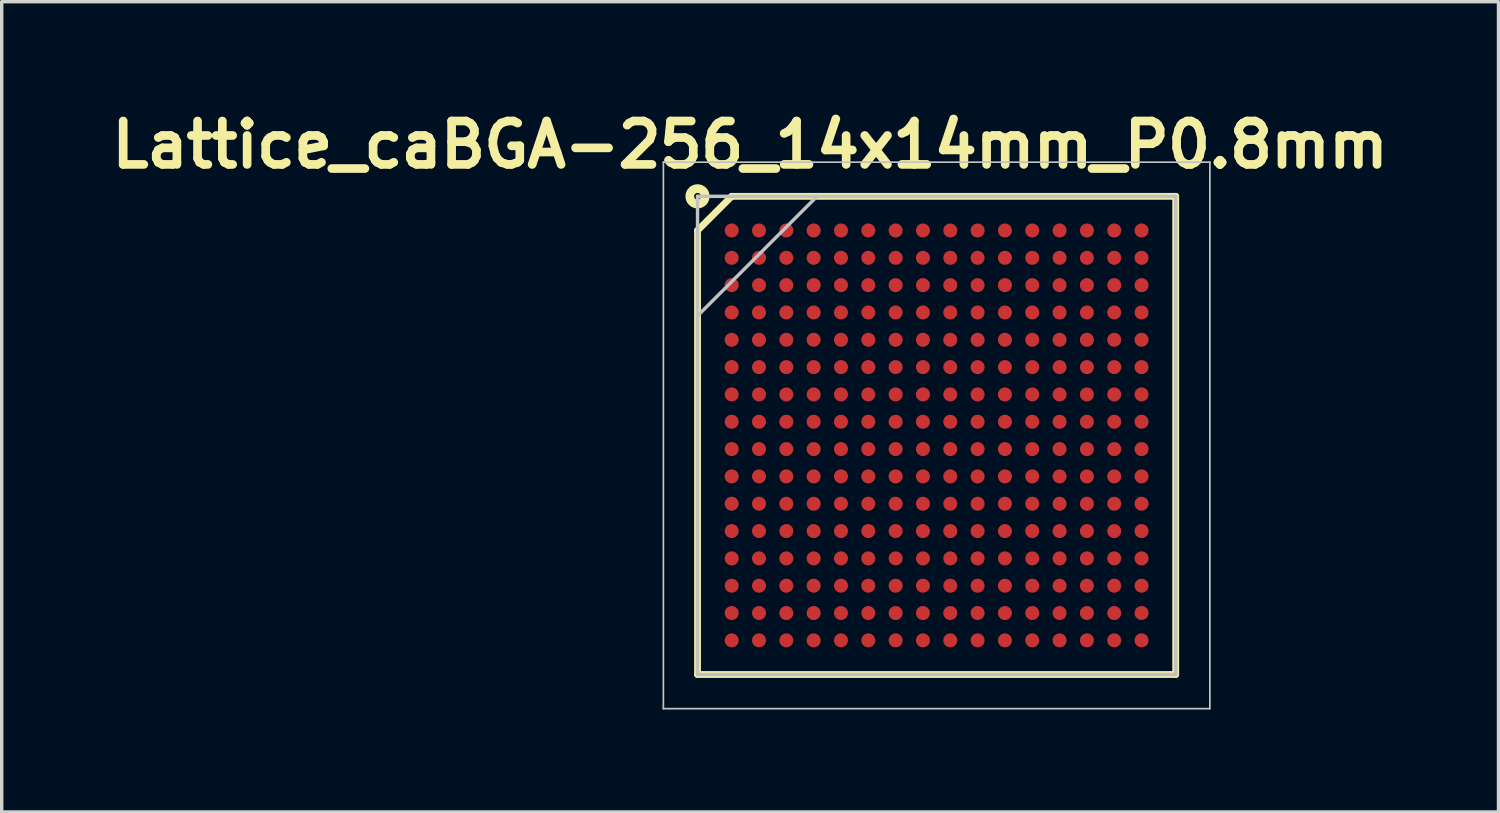
<source format=kicad_pcb>
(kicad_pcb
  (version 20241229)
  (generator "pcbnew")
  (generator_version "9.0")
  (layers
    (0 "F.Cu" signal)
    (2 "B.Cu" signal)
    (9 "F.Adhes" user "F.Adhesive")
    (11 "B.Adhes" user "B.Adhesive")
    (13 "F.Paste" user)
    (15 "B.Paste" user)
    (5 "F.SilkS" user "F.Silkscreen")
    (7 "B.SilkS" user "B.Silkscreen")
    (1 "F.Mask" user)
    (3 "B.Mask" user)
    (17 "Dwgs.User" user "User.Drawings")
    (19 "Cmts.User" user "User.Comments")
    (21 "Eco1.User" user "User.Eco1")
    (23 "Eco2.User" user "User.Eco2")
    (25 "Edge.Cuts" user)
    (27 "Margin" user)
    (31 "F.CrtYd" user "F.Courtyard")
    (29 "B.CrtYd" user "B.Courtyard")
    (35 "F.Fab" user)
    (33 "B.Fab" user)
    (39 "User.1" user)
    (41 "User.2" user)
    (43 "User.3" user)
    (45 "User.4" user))
  (footprint "Lattice_caBGA-256_14x14mm_P0.8mm"
    (layer "F.Cu")
    (at 24.372 9.698)
    (property "Reference" "Lattice_caBGA-256_14x14mm_P0.8mm" (at -5.461 -8.509 0) (layer "F.SilkS") (effects (font (size 1.27 1.27) (thickness 0.254))))
    (attr smd)
    (fp_line (start -7 -6) (end -6 -7) (stroke (width 0.2) (type solid)) (layer "F.SilkS"))
    (fp_line (start -7 7) (end -7 -6) (stroke (width 0.2) (type solid)) (layer "F.SilkS"))
    (fp_line (start -6 -7) (end 7 -7) (stroke (width 0.2) (type solid)) (layer "F.SilkS"))
    (fp_line (start 7 -7) (end 7 7) (stroke (width 0.2) (type solid)) (layer "F.SilkS"))
    (fp_line (start 7 7) (end -7 7) (stroke (width 0.2) (type solid)) (layer "F.SilkS"))
    (fp_circle (center -7 -7) (end -6.9 -7) (stroke (width 0.254) (type solid)) (fill no) (layer "F.SilkS"))
    (fp_line (start -8 -8) (end 8 -8) (stroke (width 0.05) (type solid)) (layer "Dwgs.User"))
    (fp_line (start -8 8) (end -8 -8) (stroke (width 0.05) (type solid)) (layer "Dwgs.User"))
    (fp_line (start -7 -7) (end 7 -7) (stroke (width 0.1) (type solid)) (layer "Dwgs.User"))
    (fp_line (start -7 -3.5) (end -3.5 -7) (stroke (width 0.1) (type solid)) (layer "Dwgs.User"))
    (fp_line (start -7 7) (end -7 -7) (stroke (width 0.1) (type solid)) (layer "Dwgs.User"))
    (fp_line (start 7 -7) (end 7 7) (stroke (width 0.1) (type solid)) (layer "Dwgs.User"))
    (fp_line (start 7 7) (end -7 7) (stroke (width 0.1) (type solid)) (layer "Dwgs.User"))
    (fp_line (start 8 -8) (end 8 8) (stroke (width 0.05) (type solid)) (layer "Dwgs.User"))
    (fp_line (start 8 8) (end -8 8) (stroke (width 0.05) (type solid)) (layer "Dwgs.User"))
    (pad "A1" smd circle (at -6 -6 90) (size 0.41 0.41) (layers "F.Cu" "F.Mask" "F.Paste"))
    (pad "A2" smd circle (at -5.2 -6 90) (size 0.41 0.41) (layers "F.Cu" "F.Mask" "F.Paste"))
    (pad "A3" smd circle (at -4.4 -6 90) (size 0.41 0.41) (layers "F.Cu" "F.Mask" "F.Paste"))
    (pad "A4" smd circle (at -3.6 -6 90) (size 0.41 0.41) (layers "F.Cu" "F.Mask" "F.Paste"))
    (pad "A5" smd circle (at -2.8 -6 90) (size 0.41 0.41) (layers "F.Cu" "F.Mask" "F.Paste"))
    (pad "A6" smd circle (at -2 -6 90) (size 0.41 0.41) (layers "F.Cu" "F.Mask" "F.Paste"))
    (pad "A7" smd circle (at -1.2 -6 90) (size 0.41 0.41) (layers "F.Cu" "F.Mask" "F.Paste"))
    (pad "A8" smd circle (at -0.4 -6 90) (size 0.41 0.41) (layers "F.Cu" "F.Mask" "F.Paste"))
    (pad "A9" smd circle (at 0.4 -6 90) (size 0.41 0.41) (layers "F.Cu" "F.Mask" "F.Paste"))
    (pad "A10" smd circle (at 1.2 -6 90) (size 0.41 0.41) (layers "F.Cu" "F.Mask" "F.Paste"))
    (pad "A11" smd circle (at 2 -6 90) (size 0.41 0.41) (layers "F.Cu" "F.Mask" "F.Paste"))
    (pad "A12" smd circle (at 2.8 -6 90) (size 0.41 0.41) (layers "F.Cu" "F.Mask" "F.Paste"))
    (pad "A13" smd circle (at 3.6 -6 90) (size 0.41 0.41) (layers "F.Cu" "F.Mask" "F.Paste"))
    (pad "A14" smd circle (at 4.4 -6 90) (size 0.41 0.41) (layers "F.Cu" "F.Mask" "F.Paste"))
    (pad "A15" smd circle (at 5.2 -6 90) (size 0.41 0.41) (layers "F.Cu" "F.Mask" "F.Paste"))
    (pad "A16" smd circle (at 6 -6 90) (size 0.41 0.41) (layers "F.Cu" "F.Mask" "F.Paste"))
    (pad "B1" smd circle (at -6 -5.2 90) (size 0.41 0.41) (layers "F.Cu" "F.Mask" "F.Paste"))
    (pad "B2" smd circle (at -5.2 -5.2 90) (size 0.41 0.41) (layers "F.Cu" "F.Mask" "F.Paste"))
    (pad "B3" smd circle (at -4.4 -5.2 90) (size 0.41 0.41) (layers "F.Cu" "F.Mask" "F.Paste"))
    (pad "B4" smd circle (at -3.6 -5.2 90) (size 0.41 0.41) (layers "F.Cu" "F.Mask" "F.Paste"))
    (pad "B5" smd circle (at -2.8 -5.2 90) (size 0.41 0.41) (layers "F.Cu" "F.Mask" "F.Paste"))
    (pad "B6" smd circle (at -2 -5.2 90) (size 0.41 0.41) (layers "F.Cu" "F.Mask" "F.Paste"))
    (pad "B7" smd circle (at -1.2 -5.2 90) (size 0.41 0.41) (layers "F.Cu" "F.Mask" "F.Paste"))
    (pad "B8" smd circle (at -0.4 -5.2 90) (size 0.41 0.41) (layers "F.Cu" "F.Mask" "F.Paste"))
    (pad "B9" smd circle (at 0.4 -5.2 90) (size 0.41 0.41) (layers "F.Cu" "F.Mask" "F.Paste"))
    (pad "B10" smd circle (at 1.2 -5.2 90) (size 0.41 0.41) (layers "F.Cu" "F.Mask" "F.Paste"))
    (pad "B11" smd circle (at 2 -5.2 90) (size 0.41 0.41) (layers "F.Cu" "F.Mask" "F.Paste"))
    (pad "B12" smd circle (at 2.8 -5.2 90) (size 0.41 0.41) (layers "F.Cu" "F.Mask" "F.Paste"))
    (pad "B13" smd circle (at 3.6 -5.2 90) (size 0.41 0.41) (layers "F.Cu" "F.Mask" "F.Paste"))
    (pad "B14" smd circle (at 4.4 -5.2 90) (size 0.41 0.41) (layers "F.Cu" "F.Mask" "F.Paste"))
    (pad "B15" smd circle (at 5.2 -5.2 90) (size 0.41 0.41) (layers "F.Cu" "F.Mask" "F.Paste"))
    (pad "B16" smd circle (at 6 -5.2 90) (size 0.41 0.41) (layers "F.Cu" "F.Mask" "F.Paste"))
    (pad "C1" smd circle (at -6 -4.4 90) (size 0.41 0.41) (layers "F.Cu" "F.Mask" "F.Paste"))
    (pad "C2" smd circle (at -5.2 -4.4 90) (size 0.41 0.41) (layers "F.Cu" "F.Mask" "F.Paste"))
    (pad "C3" smd circle (at -4.4 -4.4 90) (size 0.41 0.41) (layers "F.Cu" "F.Mask" "F.Paste"))
    (pad "C4" smd circle (at -3.6 -4.4 90) (size 0.41 0.41) (layers "F.Cu" "F.Mask" "F.Paste"))
    (pad "C5" smd circle (at -2.8 -4.4 90) (size 0.41 0.41) (layers "F.Cu" "F.Mask" "F.Paste"))
    (pad "C6" smd circle (at -2 -4.4 90) (size 0.41 0.41) (layers "F.Cu" "F.Mask" "F.Paste"))
    (pad "C7" smd circle (at -1.2 -4.4 90) (size 0.41 0.41) (layers "F.Cu" "F.Mask" "F.Paste"))
    (pad "C8" smd circle (at -0.4 -4.4 90) (size 0.41 0.41) (layers "F.Cu" "F.Mask" "F.Paste"))
    (pad "C9" smd circle (at 0.4 -4.4 90) (size 0.41 0.41) (layers "F.Cu" "F.Mask" "F.Paste"))
    (pad "C10" smd circle (at 1.2 -4.4 90) (size 0.41 0.41) (layers "F.Cu" "F.Mask" "F.Paste"))
    (pad "C11" smd circle (at 2 -4.4 90) (size 0.41 0.41) (layers "F.Cu" "F.Mask" "F.Paste"))
    (pad "C12" smd circle (at 2.8 -4.4 90) (size 0.41 0.41) (layers "F.Cu" "F.Mask" "F.Paste"))
    (pad "C13" smd circle (at 3.6 -4.4 90) (size 0.41 0.41) (layers "F.Cu" "F.Mask" "F.Paste"))
    (pad "C14" smd circle (at 4.4 -4.4 90) (size 0.41 0.41) (layers "F.Cu" "F.Mask" "F.Paste"))
    (pad "C15" smd circle (at 5.2 -4.4 90) (size 0.41 0.41) (layers "F.Cu" "F.Mask" "F.Paste"))
    (pad "C16" smd circle (at 6 -4.4 90) (size 0.41 0.41) (layers "F.Cu" "F.Mask" "F.Paste"))
    (pad "D1" smd circle (at -6 -3.6 90) (size 0.41 0.41) (layers "F.Cu" "F.Mask" "F.Paste"))
    (pad "D2" smd circle (at -5.2 -3.6 90) (size 0.41 0.41) (layers "F.Cu" "F.Mask" "F.Paste"))
    (pad "D3" smd circle (at -4.4 -3.6 90) (size 0.41 0.41) (layers "F.Cu" "F.Mask" "F.Paste"))
    (pad "D4" smd circle (at -3.6 -3.6 90) (size 0.41 0.41) (layers "F.Cu" "F.Mask" "F.Paste"))
    (pad "D5" smd circle (at -2.8 -3.6 90) (size 0.41 0.41) (layers "F.Cu" "F.Mask" "F.Paste"))
    (pad "D6" smd circle (at -2 -3.6 90) (size 0.41 0.41) (layers "F.Cu" "F.Mask" "F.Paste"))
    (pad "D7" smd circle (at -1.2 -3.6 90) (size 0.41 0.41) (layers "F.Cu" "F.Mask" "F.Paste"))
    (pad "D8" smd circle (at -0.4 -3.6 90) (size 0.41 0.41) (layers "F.Cu" "F.Mask" "F.Paste"))
    (pad "D9" smd circle (at 0.4 -3.6 90) (size 0.41 0.41) (layers "F.Cu" "F.Mask" "F.Paste"))
    (pad "D10" smd circle (at 1.2 -3.6 90) (size 0.41 0.41) (layers "F.Cu" "F.Mask" "F.Paste"))
    (pad "D11" smd circle (at 2 -3.6 90) (size 0.41 0.41) (layers "F.Cu" "F.Mask" "F.Paste"))
    (pad "D12" smd circle (at 2.8 -3.6 90) (size 0.41 0.41) (layers "F.Cu" "F.Mask" "F.Paste"))
    (pad "D13" smd circle (at 3.6 -3.6 90) (size 0.41 0.41) (layers "F.Cu" "F.Mask" "F.Paste"))
    (pad "D14" smd circle (at 4.4 -3.6 90) (size 0.41 0.41) (layers "F.Cu" "F.Mask" "F.Paste"))
    (pad "D15" smd circle (at 5.2 -3.6 90) (size 0.41 0.41) (layers "F.Cu" "F.Mask" "F.Paste"))
    (pad "D16" smd circle (at 6 -3.6 90) (size 0.41 0.41) (layers "F.Cu" "F.Mask" "F.Paste"))
    (pad "E1" smd circle (at -6 -2.8 90) (size 0.41 0.41) (layers "F.Cu" "F.Mask" "F.Paste"))
    (pad "E2" smd circle (at -5.2 -2.8 90) (size 0.41 0.41) (layers "F.Cu" "F.Mask" "F.Paste"))
    (pad "E3" smd circle (at -4.4 -2.8 90) (size 0.41 0.41) (layers "F.Cu" "F.Mask" "F.Paste"))
    (pad "E4" smd circle (at -3.6 -2.8 90) (size 0.41 0.41) (layers "F.Cu" "F.Mask" "F.Paste"))
    (pad "E5" smd circle (at -2.8 -2.8 90) (size 0.41 0.41) (layers "F.Cu" "F.Mask" "F.Paste"))
    (pad "E6" smd circle (at -2 -2.8 90) (size 0.41 0.41) (layers "F.Cu" "F.Mask" "F.Paste"))
    (pad "E7" smd circle (at -1.2 -2.8 90) (size 0.41 0.41) (layers "F.Cu" "F.Mask" "F.Paste"))
    (pad "E8" smd circle (at -0.4 -2.8 90) (size 0.41 0.41) (layers "F.Cu" "F.Mask" "F.Paste"))
    (pad "E9" smd circle (at 0.4 -2.8 90) (size 0.41 0.41) (layers "F.Cu" "F.Mask" "F.Paste"))
    (pad "E10" smd circle (at 1.2 -2.8 90) (size 0.41 0.41) (layers "F.Cu" "F.Mask" "F.Paste"))
    (pad "E11" smd circle (at 2 -2.8 90) (size 0.41 0.41) (layers "F.Cu" "F.Mask" "F.Paste"))
    (pad "E12" smd circle (at 2.8 -2.8 90) (size 0.41 0.41) (layers "F.Cu" "F.Mask" "F.Paste"))
    (pad "E13" smd circle (at 3.6 -2.8 90) (size 0.41 0.41) (layers "F.Cu" "F.Mask" "F.Paste"))
    (pad "E14" smd circle (at 4.4 -2.8 90) (size 0.41 0.41) (layers "F.Cu" "F.Mask" "F.Paste"))
    (pad "E15" smd circle (at 5.2 -2.8 90) (size 0.41 0.41) (layers "F.Cu" "F.Mask" "F.Paste"))
    (pad "E16" smd circle (at 6 -2.8 90) (size 0.41 0.41) (layers "F.Cu" "F.Mask" "F.Paste"))
    (pad "F1" smd circle (at -6 -2 90) (size 0.41 0.41) (layers "F.Cu" "F.Mask" "F.Paste"))
    (pad "F2" smd circle (at -5.2 -2 90) (size 0.41 0.41) (layers "F.Cu" "F.Mask" "F.Paste"))
    (pad "F3" smd circle (at -4.4 -2 90) (size 0.41 0.41) (layers "F.Cu" "F.Mask" "F.Paste"))
    (pad "F4" smd circle (at -3.6 -2 90) (size 0.41 0.41) (layers "F.Cu" "F.Mask" "F.Paste"))
    (pad "F5" smd circle (at -2.8 -2 90) (size 0.41 0.41) (layers "F.Cu" "F.Mask" "F.Paste"))
    (pad "F6" smd circle (at -2 -2 90) (size 0.41 0.41) (layers "F.Cu" "F.Mask" "F.Paste"))
    (pad "F7" smd circle (at -1.2 -2 90) (size 0.41 0.41) (layers "F.Cu" "F.Mask" "F.Paste"))
    (pad "F8" smd circle (at -0.4 -2 90) (size 0.41 0.41) (layers "F.Cu" "F.Mask" "F.Paste"))
    (pad "F9" smd circle (at 0.4 -2 90) (size 0.41 0.41) (layers "F.Cu" "F.Mask" "F.Paste"))
    (pad "F10" smd circle (at 1.2 -2 90) (size 0.41 0.41) (layers "F.Cu" "F.Mask" "F.Paste"))
    (pad "F11" smd circle (at 2 -2 90) (size 0.41 0.41) (layers "F.Cu" "F.Mask" "F.Paste"))
    (pad "F12" smd circle (at 2.8 -2 90) (size 0.41 0.41) (layers "F.Cu" "F.Mask" "F.Paste"))
    (pad "F13" smd circle (at 3.6 -2 90) (size 0.41 0.41) (layers "F.Cu" "F.Mask" "F.Paste"))
    (pad "F14" smd circle (at 4.4 -2 90) (size 0.41 0.41) (layers "F.Cu" "F.Mask" "F.Paste"))
    (pad "F15" smd circle (at 5.2 -2 90) (size 0.41 0.41) (layers "F.Cu" "F.Mask" "F.Paste"))
    (pad "F16" smd circle (at 6 -2 90) (size 0.41 0.41) (layers "F.Cu" "F.Mask" "F.Paste"))
    (pad "G1" smd circle (at -6 -1.2 90) (size 0.41 0.41) (layers "F.Cu" "F.Mask" "F.Paste"))
    (pad "G2" smd circle (at -5.2 -1.2 90) (size 0.41 0.41) (layers "F.Cu" "F.Mask" "F.Paste"))
    (pad "G3" smd circle (at -4.4 -1.2 90) (size 0.41 0.41) (layers "F.Cu" "F.Mask" "F.Paste"))
    (pad "G4" smd circle (at -3.6 -1.2 90) (size 0.41 0.41) (layers "F.Cu" "F.Mask" "F.Paste"))
    (pad "G5" smd circle (at -2.8 -1.2 90) (size 0.41 0.41) (layers "F.Cu" "F.Mask" "F.Paste"))
    (pad "G6" smd circle (at -2 -1.2 90) (size 0.41 0.41) (layers "F.Cu" "F.Mask" "F.Paste"))
    (pad "G7" smd circle (at -1.2 -1.2 90) (size 0.41 0.41) (layers "F.Cu" "F.Mask" "F.Paste"))
    (pad "G8" smd circle (at -0.4 -1.2 90) (size 0.41 0.41) (layers "F.Cu" "F.Mask" "F.Paste"))
    (pad "G9" smd circle (at 0.4 -1.2 90) (size 0.41 0.41) (layers "F.Cu" "F.Mask" "F.Paste"))
    (pad "G10" smd circle (at 1.2 -1.2 90) (size 0.41 0.41) (layers "F.Cu" "F.Mask" "F.Paste"))
    (pad "G11" smd circle (at 2 -1.2 90) (size 0.41 0.41) (layers "F.Cu" "F.Mask" "F.Paste"))
    (pad "G12" smd circle (at 2.8 -1.2 90) (size 0.41 0.41) (layers "F.Cu" "F.Mask" "F.Paste"))
    (pad "G13" smd circle (at 3.6 -1.2 90) (size 0.41 0.41) (layers "F.Cu" "F.Mask" "F.Paste"))
    (pad "G14" smd circle (at 4.4 -1.2 90) (size 0.41 0.41) (layers "F.Cu" "F.Mask" "F.Paste"))
    (pad "G15" smd circle (at 5.2 -1.2 90) (size 0.41 0.41) (layers "F.Cu" "F.Mask" "F.Paste"))
    (pad "G16" smd circle (at 6 -1.2 90) (size 0.41 0.41) (layers "F.Cu" "F.Mask" "F.Paste"))
    (pad "H1" smd circle (at -6 -0.4 90) (size 0.41 0.41) (layers "F.Cu" "F.Mask" "F.Paste"))
    (pad "H2" smd circle (at -5.2 -0.4 90) (size 0.41 0.41) (layers "F.Cu" "F.Mask" "F.Paste"))
    (pad "H3" smd circle (at -4.4 -0.4 90) (size 0.41 0.41) (layers "F.Cu" "F.Mask" "F.Paste"))
    (pad "H4" smd circle (at -3.6 -0.4 90) (size 0.41 0.41) (layers "F.Cu" "F.Mask" "F.Paste"))
    (pad "H5" smd circle (at -2.8 -0.4 90) (size 0.41 0.41) (layers "F.Cu" "F.Mask" "F.Paste"))
    (pad "H6" smd circle (at -2 -0.4 90) (size 0.41 0.41) (layers "F.Cu" "F.Mask" "F.Paste"))
    (pad "H7" smd circle (at -1.2 -0.4 90) (size 0.41 0.41) (layers "F.Cu" "F.Mask" "F.Paste"))
    (pad "H8" smd circle (at -0.4 -0.4 90) (size 0.41 0.41) (layers "F.Cu" "F.Mask" "F.Paste"))
    (pad "H9" smd circle (at 0.4 -0.4 90) (size 0.41 0.41) (layers "F.Cu" "F.Mask" "F.Paste"))
    (pad "H10" smd circle (at 1.2 -0.4 90) (size 0.41 0.41) (layers "F.Cu" "F.Mask" "F.Paste"))
    (pad "H11" smd circle (at 2 -0.4 90) (size 0.41 0.41) (layers "F.Cu" "F.Mask" "F.Paste"))
    (pad "H12" smd circle (at 2.8 -0.4 90) (size 0.41 0.41) (layers "F.Cu" "F.Mask" "F.Paste"))
    (pad "H13" smd circle (at 3.6 -0.4 90) (size 0.41 0.41) (layers "F.Cu" "F.Mask" "F.Paste"))
    (pad "H14" smd circle (at 4.4 -0.4 90) (size 0.41 0.41) (layers "F.Cu" "F.Mask" "F.Paste"))
    (pad "H15" smd circle (at 5.2 -0.4 90) (size 0.41 0.41) (layers "F.Cu" "F.Mask" "F.Paste"))
    (pad "H16" smd circle (at 6 -0.4 90) (size 0.41 0.41) (layers "F.Cu" "F.Mask" "F.Paste"))
    (pad "J1" smd circle (at -6 0.4 90) (size 0.41 0.41) (layers "F.Cu" "F.Mask" "F.Paste"))
    (pad "J2" smd circle (at -5.2 0.4 90) (size 0.41 0.41) (layers "F.Cu" "F.Mask" "F.Paste"))
    (pad "J3" smd circle (at -4.4 0.4 90) (size 0.41 0.41) (layers "F.Cu" "F.Mask" "F.Paste"))
    (pad "J4" smd circle (at -3.6 0.4 90) (size 0.41 0.41) (layers "F.Cu" "F.Mask" "F.Paste"))
    (pad "J5" smd circle (at -2.8 0.4 90) (size 0.41 0.41) (layers "F.Cu" "F.Mask" "F.Paste"))
    (pad "J6" smd circle (at -2 0.4 90) (size 0.41 0.41) (layers "F.Cu" "F.Mask" "F.Paste"))
    (pad "J7" smd circle (at -1.2 0.4 90) (size 0.41 0.41) (layers "F.Cu" "F.Mask" "F.Paste"))
    (pad "J8" smd circle (at -0.4 0.4 90) (size 0.41 0.41) (layers "F.Cu" "F.Mask" "F.Paste"))
    (pad "J9" smd circle (at 0.4 0.4 90) (size 0.41 0.41) (layers "F.Cu" "F.Mask" "F.Paste"))
    (pad "J10" smd circle (at 1.2 0.4 90) (size 0.41 0.41) (layers "F.Cu" "F.Mask" "F.Paste"))
    (pad "J11" smd circle (at 2 0.4 90) (size 0.41 0.41) (layers "F.Cu" "F.Mask" "F.Paste"))
    (pad "J12" smd circle (at 2.8 0.4 90) (size 0.41 0.41) (layers "F.Cu" "F.Mask" "F.Paste"))
    (pad "J13" smd circle (at 3.6 0.4 90) (size 0.41 0.41) (layers "F.Cu" "F.Mask" "F.Paste"))
    (pad "J14" smd circle (at 4.4 0.4 90) (size 0.41 0.41) (layers "F.Cu" "F.Mask" "F.Paste"))
    (pad "J15" smd circle (at 5.2 0.4 90) (size 0.41 0.41) (layers "F.Cu" "F.Mask" "F.Paste"))
    (pad "J16" smd circle (at 6 0.4 90) (size 0.41 0.41) (layers "F.Cu" "F.Mask" "F.Paste"))
    (pad "K1" smd circle (at -6 1.2 90) (size 0.41 0.41) (layers "F.Cu" "F.Mask" "F.Paste"))
    (pad "K2" smd circle (at -5.2 1.2 90) (size 0.41 0.41) (layers "F.Cu" "F.Mask" "F.Paste"))
    (pad "K3" smd circle (at -4.4 1.2 90) (size 0.41 0.41) (layers "F.Cu" "F.Mask" "F.Paste"))
    (pad "K4" smd circle (at -3.6 1.2 90) (size 0.41 0.41) (layers "F.Cu" "F.Mask" "F.Paste"))
    (pad "K5" smd circle (at -2.8 1.2 90) (size 0.41 0.41) (layers "F.Cu" "F.Mask" "F.Paste"))
    (pad "K6" smd circle (at -2 1.2 90) (size 0.41 0.41) (layers "F.Cu" "F.Mask" "F.Paste"))
    (pad "K7" smd circle (at -1.2 1.2 90) (size 0.41 0.41) (layers "F.Cu" "F.Mask" "F.Paste"))
    (pad "K8" smd circle (at -0.4 1.2 90) (size 0.41 0.41) (layers "F.Cu" "F.Mask" "F.Paste"))
    (pad "K9" smd circle (at 0.4 1.2 90) (size 0.41 0.41) (layers "F.Cu" "F.Mask" "F.Paste"))
    (pad "K10" smd circle (at 1.2 1.2 90) (size 0.41 0.41) (layers "F.Cu" "F.Mask" "F.Paste"))
    (pad "K11" smd circle (at 2 1.2 90) (size 0.41 0.41) (layers "F.Cu" "F.Mask" "F.Paste"))
    (pad "K12" smd circle (at 2.8 1.2 90) (size 0.41 0.41) (layers "F.Cu" "F.Mask" "F.Paste"))
    (pad "K13" smd circle (at 3.6 1.2 90) (size 0.41 0.41) (layers "F.Cu" "F.Mask" "F.Paste"))
    (pad "K14" smd circle (at 4.4 1.2 90) (size 0.41 0.41) (layers "F.Cu" "F.Mask" "F.Paste"))
    (pad "K15" smd circle (at 5.2 1.2 90) (size 0.41 0.41) (layers "F.Cu" "F.Mask" "F.Paste"))
    (pad "K16" smd circle (at 6 1.2 90) (size 0.41 0.41) (layers "F.Cu" "F.Mask" "F.Paste"))
    (pad "L1" smd circle (at -6 2 90) (size 0.41 0.41) (layers "F.Cu" "F.Mask" "F.Paste"))
    (pad "L2" smd circle (at -5.2 2 90) (size 0.41 0.41) (layers "F.Cu" "F.Mask" "F.Paste"))
    (pad "L3" smd circle (at -4.4 2 90) (size 0.41 0.41) (layers "F.Cu" "F.Mask" "F.Paste"))
    (pad "L4" smd circle (at -3.6 2 90) (size 0.41 0.41) (layers "F.Cu" "F.Mask" "F.Paste"))
    (pad "L5" smd circle (at -2.8 2 90) (size 0.41 0.41) (layers "F.Cu" "F.Mask" "F.Paste"))
    (pad "L6" smd circle (at -2 2 90) (size 0.41 0.41) (layers "F.Cu" "F.Mask" "F.Paste"))
    (pad "L7" smd circle (at -1.2 2 90) (size 0.41 0.41) (layers "F.Cu" "F.Mask" "F.Paste"))
    (pad "L8" smd circle (at -0.4 2 90) (size 0.41 0.41) (layers "F.Cu" "F.Mask" "F.Paste"))
    (pad "L9" smd circle (at 0.4 2 90) (size 0.41 0.41) (layers "F.Cu" "F.Mask" "F.Paste"))
    (pad "L10" smd circle (at 1.2 2 90) (size 0.41 0.41) (layers "F.Cu" "F.Mask" "F.Paste"))
    (pad "L11" smd circle (at 2 2 90) (size 0.41 0.41) (layers "F.Cu" "F.Mask" "F.Paste"))
    (pad "L12" smd circle (at 2.8 2 90) (size 0.41 0.41) (layers "F.Cu" "F.Mask" "F.Paste"))
    (pad "L13" smd circle (at 3.6 2 90) (size 0.41 0.41) (layers "F.Cu" "F.Mask" "F.Paste"))
    (pad "L14" smd circle (at 4.4 2 90) (size 0.41 0.41) (layers "F.Cu" "F.Mask" "F.Paste"))
    (pad "L15" smd circle (at 5.2 2 90) (size 0.41 0.41) (layers "F.Cu" "F.Mask" "F.Paste"))
    (pad "L16" smd circle (at 6 2 90) (size 0.41 0.41) (layers "F.Cu" "F.Mask" "F.Paste"))
    (pad "M1" smd circle (at -6 2.8 90) (size 0.41 0.41) (layers "F.Cu" "F.Mask" "F.Paste"))
    (pad "M2" smd circle (at -5.2 2.8 90) (size 0.41 0.41) (layers "F.Cu" "F.Mask" "F.Paste"))
    (pad "M3" smd circle (at -4.4 2.8 90) (size 0.41 0.41) (layers "F.Cu" "F.Mask" "F.Paste"))
    (pad "M4" smd circle (at -3.6 2.8 90) (size 0.41 0.41) (layers "F.Cu" "F.Mask" "F.Paste"))
    (pad "M5" smd circle (at -2.8 2.8 90) (size 0.41 0.41) (layers "F.Cu" "F.Mask" "F.Paste"))
    (pad "M6" smd circle (at -2 2.8 90) (size 0.41 0.41) (layers "F.Cu" "F.Mask" "F.Paste"))
    (pad "M7" smd circle (at -1.2 2.8 90) (size 0.41 0.41) (layers "F.Cu" "F.Mask" "F.Paste"))
    (pad "M8" smd circle (at -0.4 2.8 90) (size 0.41 0.41) (layers "F.Cu" "F.Mask" "F.Paste"))
    (pad "M9" smd circle (at 0.4 2.8 90) (size 0.41 0.41) (layers "F.Cu" "F.Mask" "F.Paste"))
    (pad "M10" smd circle (at 1.2 2.8 90) (size 0.41 0.41) (layers "F.Cu" "F.Mask" "F.Paste"))
    (pad "M11" smd circle (at 2 2.8 90) (size 0.41 0.41) (layers "F.Cu" "F.Mask" "F.Paste"))
    (pad "M12" smd circle (at 2.8 2.8 90) (size 0.41 0.41) (layers "F.Cu" "F.Mask" "F.Paste"))
    (pad "M13" smd circle (at 3.6 2.8 90) (size 0.41 0.41) (layers "F.Cu" "F.Mask" "F.Paste"))
    (pad "M14" smd circle (at 4.4 2.8 90) (size 0.41 0.41) (layers "F.Cu" "F.Mask" "F.Paste"))
    (pad "M15" smd circle (at 5.2 2.8 90) (size 0.41 0.41) (layers "F.Cu" "F.Mask" "F.Paste"))
    (pad "M16" smd circle (at 6 2.8 90) (size 0.41 0.41) (layers "F.Cu" "F.Mask" "F.Paste"))
    (pad "N1" smd circle (at -6 3.6 90) (size 0.41 0.41) (layers "F.Cu" "F.Mask" "F.Paste"))
    (pad "N2" smd circle (at -5.2 3.6 90) (size 0.41 0.41) (layers "F.Cu" "F.Mask" "F.Paste"))
    (pad "N3" smd circle (at -4.4 3.6 90) (size 0.41 0.41) (layers "F.Cu" "F.Mask" "F.Paste"))
    (pad "N4" smd circle (at -3.6 3.6 90) (size 0.41 0.41) (layers "F.Cu" "F.Mask" "F.Paste"))
    (pad "N5" smd circle (at -2.8 3.6 90) (size 0.41 0.41) (layers "F.Cu" "F.Mask" "F.Paste"))
    (pad "N6" smd circle (at -2 3.6 90) (size 0.41 0.41) (layers "F.Cu" "F.Mask" "F.Paste"))
    (pad "N7" smd circle (at -1.2 3.6 90) (size 0.41 0.41) (layers "F.Cu" "F.Mask" "F.Paste"))
    (pad "N8" smd circle (at -0.4 3.6 90) (size 0.41 0.41) (layers "F.Cu" "F.Mask" "F.Paste"))
    (pad "N9" smd circle (at 0.4 3.6 90) (size 0.41 0.41) (layers "F.Cu" "F.Mask" "F.Paste"))
    (pad "N10" smd circle (at 1.2 3.6 90) (size 0.41 0.41) (layers "F.Cu" "F.Mask" "F.Paste"))
    (pad "N11" smd circle (at 2 3.6 90) (size 0.41 0.41) (layers "F.Cu" "F.Mask" "F.Paste"))
    (pad "N12" smd circle (at 2.8 3.6 90) (size 0.41 0.41) (layers "F.Cu" "F.Mask" "F.Paste"))
    (pad "N13" smd circle (at 3.6 3.6 90) (size 0.41 0.41) (layers "F.Cu" "F.Mask" "F.Paste"))
    (pad "N14" smd circle (at 4.4 3.6 90) (size 0.41 0.41) (layers "F.Cu" "F.Mask" "F.Paste"))
    (pad "N15" smd circle (at 5.2 3.6 90) (size 0.41 0.41) (layers "F.Cu" "F.Mask" "F.Paste"))
    (pad "N16" smd circle (at 6 3.6 90) (size 0.41 0.41) (layers "F.Cu" "F.Mask" "F.Paste"))
    (pad "P1" smd circle (at -6 4.4 90) (size 0.41 0.41) (layers "F.Cu" "F.Mask" "F.Paste"))
    (pad "P2" smd circle (at -5.2 4.4 90) (size 0.41 0.41) (layers "F.Cu" "F.Mask" "F.Paste"))
    (pad "P3" smd circle (at -4.4 4.4 90) (size 0.41 0.41) (layers "F.Cu" "F.Mask" "F.Paste"))
    (pad "P4" smd circle (at -3.6 4.4 90) (size 0.41 0.41) (layers "F.Cu" "F.Mask" "F.Paste"))
    (pad "P5" smd circle (at -2.8 4.4 90) (size 0.41 0.41) (layers "F.Cu" "F.Mask" "F.Paste"))
    (pad "P6" smd circle (at -2 4.4 90) (size 0.41 0.41) (layers "F.Cu" "F.Mask" "F.Paste"))
    (pad "P7" smd circle (at -1.2 4.4 90) (size 0.41 0.41) (layers "F.Cu" "F.Mask" "F.Paste"))
    (pad "P8" smd circle (at -0.4 4.4 90) (size 0.41 0.41) (layers "F.Cu" "F.Mask" "F.Paste"))
    (pad "P9" smd circle (at 0.4 4.4 90) (size 0.41 0.41) (layers "F.Cu" "F.Mask" "F.Paste"))
    (pad "P10" smd circle (at 1.2 4.4 90) (size 0.41 0.41) (layers "F.Cu" "F.Mask" "F.Paste"))
    (pad "P11" smd circle (at 2 4.4 90) (size 0.41 0.41) (layers "F.Cu" "F.Mask" "F.Paste"))
    (pad "P12" smd circle (at 2.8 4.4 90) (size 0.41 0.41) (layers "F.Cu" "F.Mask" "F.Paste"))
    (pad "P13" smd circle (at 3.6 4.4 90) (size 0.41 0.41) (layers "F.Cu" "F.Mask" "F.Paste"))
    (pad "P14" smd circle (at 4.4 4.4 90) (size 0.41 0.41) (layers "F.Cu" "F.Mask" "F.Paste"))
    (pad "P15" smd circle (at 5.2 4.4 90) (size 0.41 0.41) (layers "F.Cu" "F.Mask" "F.Paste"))
    (pad "P16" smd circle (at 6 4.4 90) (size 0.41 0.41) (layers "F.Cu" "F.Mask" "F.Paste"))
    (pad "R1" smd circle (at -6 5.2 90) (size 0.41 0.41) (layers "F.Cu" "F.Mask" "F.Paste"))
    (pad "R2" smd circle (at -5.2 5.2 90) (size 0.41 0.41) (layers "F.Cu" "F.Mask" "F.Paste"))
    (pad "R3" smd circle (at -4.4 5.2 90) (size 0.41 0.41) (layers "F.Cu" "F.Mask" "F.Paste"))
    (pad "R4" smd circle (at -3.6 5.2 90) (size 0.41 0.41) (layers "F.Cu" "F.Mask" "F.Paste"))
    (pad "R5" smd circle (at -2.8 5.2 90) (size 0.41 0.41) (layers "F.Cu" "F.Mask" "F.Paste"))
    (pad "R6" smd circle (at -2 5.2 90) (size 0.41 0.41) (layers "F.Cu" "F.Mask" "F.Paste"))
    (pad "R7" smd circle (at -1.2 5.2 90) (size 0.41 0.41) (layers "F.Cu" "F.Mask" "F.Paste"))
    (pad "R8" smd circle (at -0.4 5.2 90) (size 0.41 0.41) (layers "F.Cu" "F.Mask" "F.Paste"))
    (pad "R9" smd circle (at 0.4 5.2 90) (size 0.41 0.41) (layers "F.Cu" "F.Mask" "F.Paste"))
    (pad "R10" smd circle (at 1.2 5.2 90) (size 0.41 0.41) (layers "F.Cu" "F.Mask" "F.Paste"))
    (pad "R11" smd circle (at 2 5.2 90) (size 0.41 0.41) (layers "F.Cu" "F.Mask" "F.Paste"))
    (pad "R12" smd circle (at 2.8 5.2 90) (size 0.41 0.41) (layers "F.Cu" "F.Mask" "F.Paste"))
    (pad "R13" smd circle (at 3.6 5.2 90) (size 0.41 0.41) (layers "F.Cu" "F.Mask" "F.Paste"))
    (pad "R14" smd circle (at 4.4 5.2 90) (size 0.41 0.41) (layers "F.Cu" "F.Mask" "F.Paste"))
    (pad "R15" smd circle (at 5.2 5.2 90) (size 0.41 0.41) (layers "F.Cu" "F.Mask" "F.Paste"))
    (pad "R16" smd circle (at 6 5.2 90) (size 0.41 0.41) (layers "F.Cu" "F.Mask" "F.Paste"))
    (pad "T1" smd circle (at -6 6 90) (size 0.41 0.41) (layers "F.Cu" "F.Mask" "F.Paste"))
    (pad "T2" smd circle (at -5.2 6 90) (size 0.41 0.41) (layers "F.Cu" "F.Mask" "F.Paste"))
    (pad "T3" smd circle (at -4.4 6 90) (size 0.41 0.41) (layers "F.Cu" "F.Mask" "F.Paste"))
    (pad "T4" smd circle (at -3.6 6 90) (size 0.41 0.41) (layers "F.Cu" "F.Mask" "F.Paste"))
    (pad "T5" smd circle (at -2.8 6 90) (size 0.41 0.41) (layers "F.Cu" "F.Mask" "F.Paste"))
    (pad "T6" smd circle (at -2 6 90) (size 0.41 0.41) (layers "F.Cu" "F.Mask" "F.Paste"))
    (pad "T7" smd circle (at -1.2 6 90) (size 0.41 0.41) (layers "F.Cu" "F.Mask" "F.Paste"))
    (pad "T8" smd circle (at -0.4 6 90) (size 0.41 0.41) (layers "F.Cu" "F.Mask" "F.Paste"))
    (pad "T9" smd circle (at 0.4 6 90) (size 0.41 0.41) (layers "F.Cu" "F.Mask" "F.Paste"))
    (pad "T10" smd circle (at 1.2 6 90) (size 0.41 0.41) (layers "F.Cu" "F.Mask" "F.Paste"))
    (pad "T11" smd circle (at 2 6 90) (size 0.41 0.41) (layers "F.Cu" "F.Mask" "F.Paste"))
    (pad "T12" smd circle (at 2.8 6 90) (size 0.41 0.41) (layers "F.Cu" "F.Mask" "F.Paste"))
    (pad "T13" smd circle (at 3.6 6 90) (size 0.41 0.41) (layers "F.Cu" "F.Mask" "F.Paste"))
    (pad "T14" smd circle (at 4.4 6 90) (size 0.41 0.41) (layers "F.Cu" "F.Mask" "F.Paste"))
    (pad "T15" smd circle (at 5.2 6 90) (size 0.41 0.41) (layers "F.Cu" "F.Mask" "F.Paste"))
    (pad "T16" smd circle (at 6 6 90) (size 0.41 0.41) (layers "F.Cu" "F.Mask" "F.Paste")))
  (gr_rect
    (start -3 -3)
    (end 40.822 20.723)
    (stroke (width 0.1) (type default))
    (fill no)
    (layer "Edge.Cuts")))
</source>
